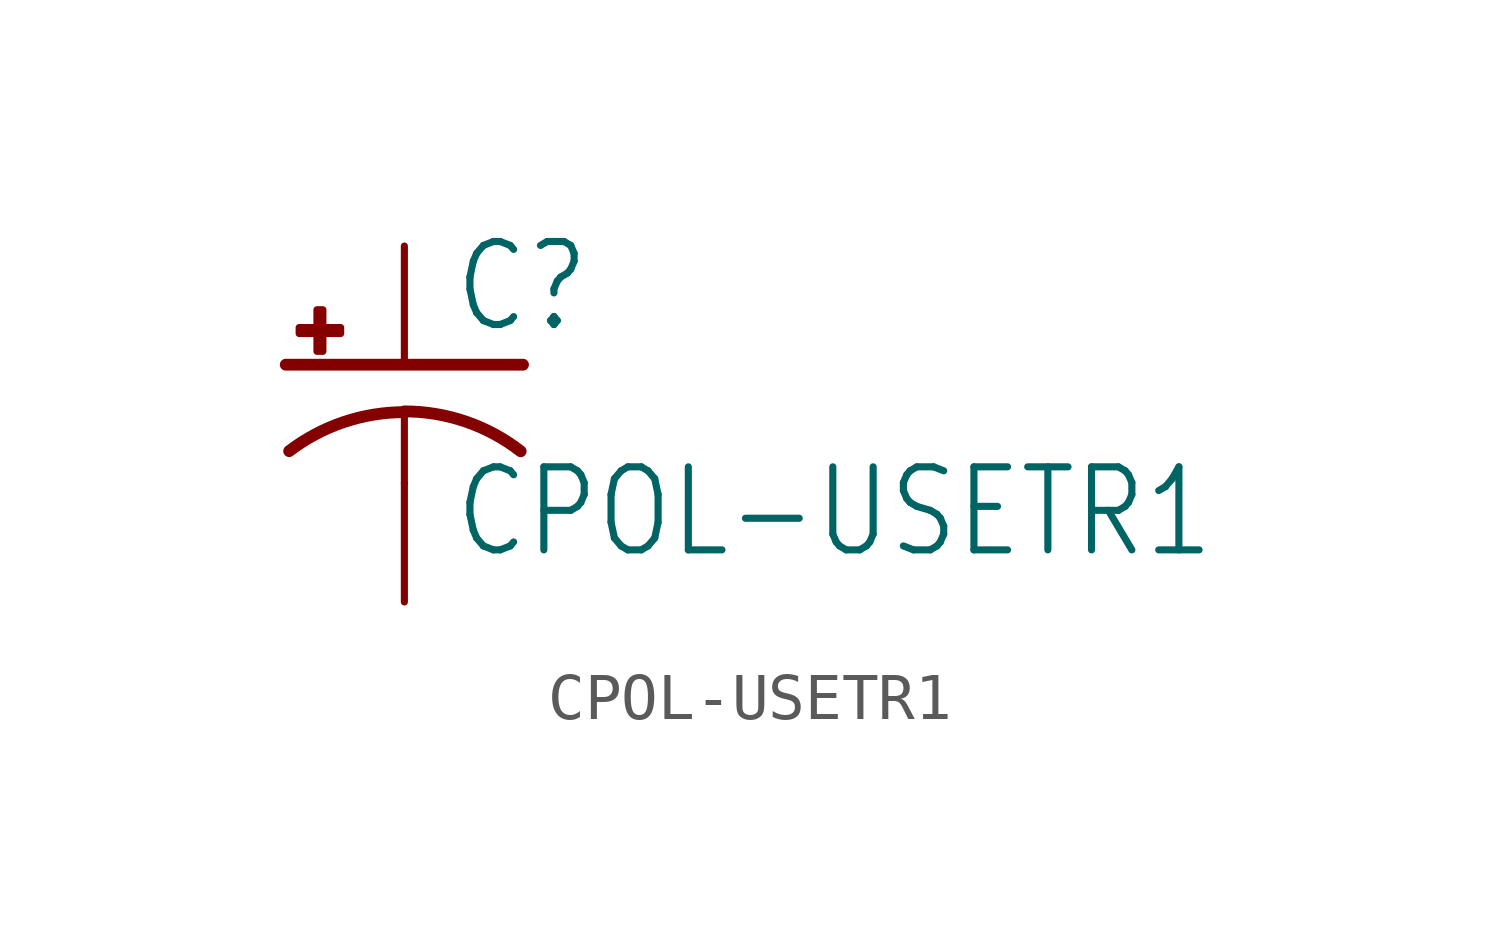
<source format=kicad_sym>
(kicad_symbol_lib
  (version 20220914)
  (generator kicad_symbol_editor)
  (symbol "CPOL-USETR1"
    (property "Reference" "C"
      (at 1.016 0.635 0)
      (effects (font (size 1.778 1.511)) (justify left bottom)))
    (property "Value" "CPOL-USETR1"
      (at 1.016 -4.191 0)
      (effects (font (size 1.778 1.511)) (justify left bottom)))
    (property "ki_locked" ""
      (at 0 0 0)
      (effects (font (size 1.27 1.27))))
    (symbol "CPOL-USETR1_1_0"
      (rectangle (start -2.253 0.668) (end -1.364 0.795) (stroke (width 0) (type default)) (fill (type outline)))
      (rectangle (start -1.872 0.287) (end -1.745 1.176) (stroke (width 0) (type default)) (fill (type outline)))
      (arc (start 0 -1.0161) (mid -1.3021 -1.2302) (end -2.4669 -1.8504) (stroke (width 0.254) (type default)) (fill (type none)))
      (polyline (pts (xy -2.54 0) (xy 2.54 0)) (stroke (width 0.254) (type default)) (fill (type none)))
      (polyline (pts (xy 0 -1.016) (xy 0 -2.54)) (stroke (width 0.152) (type default)) (fill (type none)))
      (arc (start 2.4892 -1.8542) (mid 1.3158 -1.2195) (end 0 -1) (stroke (width 0.254) (type default)) (fill (type none)))
      (pin passive line (at 0 2.54 270) (length 2.54) (name "+" (effects (font (size 0 0)))) (number "+" (effects (font (size 0 0)))))
      (pin passive line (at 0 -5.08 90) (length 2.54) (name "-" (effects (font (size 0 0)))) (number "-" (effects (font (size 0 0))))))))
</source>
